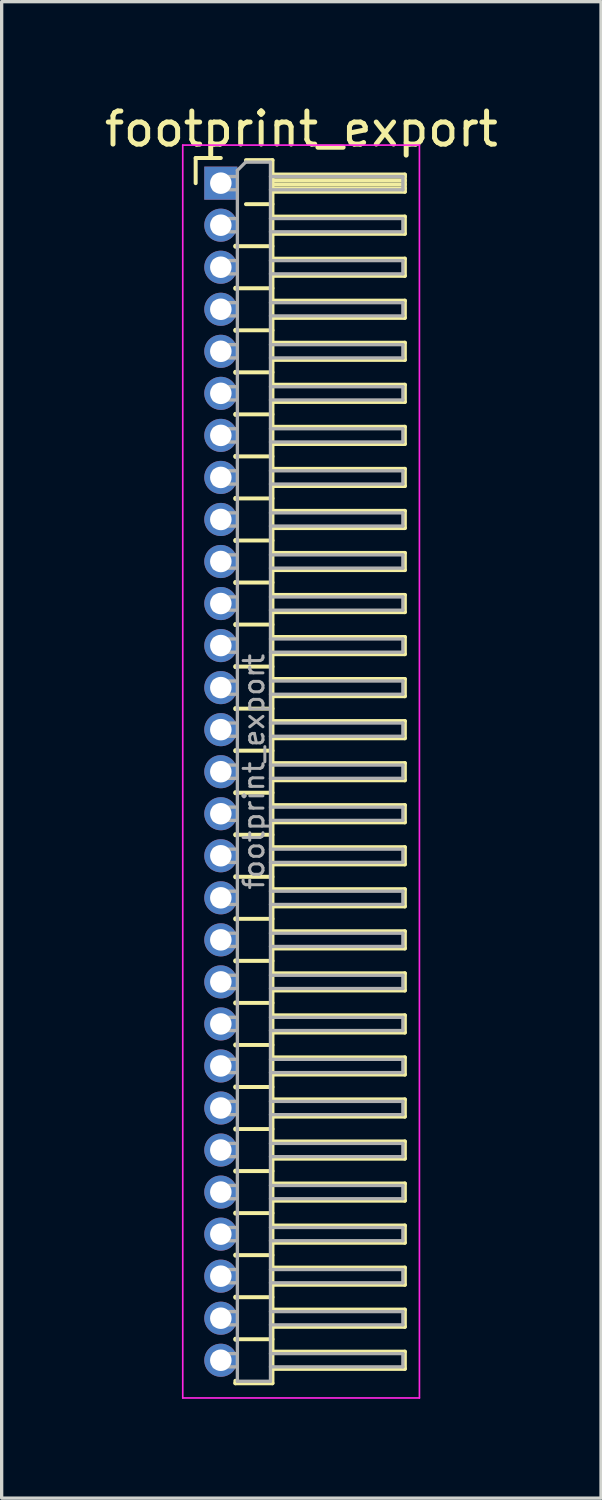
<source format=kicad_pcb>
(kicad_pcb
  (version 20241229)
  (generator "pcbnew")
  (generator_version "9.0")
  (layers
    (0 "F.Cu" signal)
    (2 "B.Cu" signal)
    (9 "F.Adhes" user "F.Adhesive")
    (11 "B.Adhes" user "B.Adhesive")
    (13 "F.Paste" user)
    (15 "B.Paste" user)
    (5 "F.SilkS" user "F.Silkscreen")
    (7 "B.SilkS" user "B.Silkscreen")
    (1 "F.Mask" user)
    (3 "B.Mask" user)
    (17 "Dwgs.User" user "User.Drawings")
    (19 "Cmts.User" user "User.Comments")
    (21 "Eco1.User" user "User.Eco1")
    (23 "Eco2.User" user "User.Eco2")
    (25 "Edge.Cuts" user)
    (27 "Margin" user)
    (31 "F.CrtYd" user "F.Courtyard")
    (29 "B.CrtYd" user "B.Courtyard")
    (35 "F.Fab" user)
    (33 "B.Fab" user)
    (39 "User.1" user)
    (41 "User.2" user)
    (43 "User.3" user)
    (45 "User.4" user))
  (footprint "footprint_export"
    (layer "F.Cu")
    (at 3.621 2.483)
    (property "Reference" "footprint_export" (at 2.433 -1.635 0) (layer "F.SilkS") (effects (font (size 1 1) (thickness 0.15))))
    (attr through_hole)
    (fp_line (start -0.76 -0.76) (end 0 -0.76) (stroke (width 0.12) (type solid)) (layer "F.SilkS"))
    (fp_line (start -0.76 0) (end -0.76 -0.76) (stroke (width 0.12) (type solid)) (layer "F.SilkS"))
    (fp_line (start 0.44 1.89) (end 0.44 1.92) (stroke (width 0.12) (type solid)) (layer "F.SilkS"))
    (fp_line (start 0.44 1.905) (end 1.56 1.905) (stroke (width 0.12) (type solid)) (layer "F.SilkS"))
    (fp_line (start 0.44 3.16) (end 0.44 3.19) (stroke (width 0.12) (type solid)) (layer "F.SilkS"))
    (fp_line (start 0.44 3.175) (end 1.56 3.175) (stroke (width 0.12) (type solid)) (layer "F.SilkS"))
    (fp_line (start 0.44 4.43) (end 0.44 4.46) (stroke (width 0.12) (type solid)) (layer "F.SilkS"))
    (fp_line (start 0.44 4.445) (end 1.56 4.445) (stroke (width 0.12) (type solid)) (layer "F.SilkS"))
    (fp_line (start 0.44 5.7) (end 0.44 5.73) (stroke (width 0.12) (type solid)) (layer "F.SilkS"))
    (fp_line (start 0.44 5.715) (end 1.56 5.715) (stroke (width 0.12) (type solid)) (layer "F.SilkS"))
    (fp_line (start 0.44 6.97) (end 0.44 7) (stroke (width 0.12) (type solid)) (layer "F.SilkS"))
    (fp_line (start 0.44 6.985) (end 1.56 6.985) (stroke (width 0.12) (type solid)) (layer "F.SilkS"))
    (fp_line (start 0.44 8.24) (end 0.44 8.27) (stroke (width 0.12) (type solid)) (layer "F.SilkS"))
    (fp_line (start 0.44 8.255) (end 1.56 8.255) (stroke (width 0.12) (type solid)) (layer "F.SilkS"))
    (fp_line (start 0.44 9.51) (end 0.44 9.54) (stroke (width 0.12) (type solid)) (layer "F.SilkS"))
    (fp_line (start 0.44 9.525) (end 1.56 9.525) (stroke (width 0.12) (type solid)) (layer "F.SilkS"))
    (fp_line (start 0.44 10.78) (end 0.44 10.81) (stroke (width 0.12) (type solid)) (layer "F.SilkS"))
    (fp_line (start 0.44 10.795) (end 1.56 10.795) (stroke (width 0.12) (type solid)) (layer "F.SilkS"))
    (fp_line (start 0.44 12.05) (end 0.44 12.08) (stroke (width 0.12) (type solid)) (layer "F.SilkS"))
    (fp_line (start 0.44 12.065) (end 1.56 12.065) (stroke (width 0.12) (type solid)) (layer "F.SilkS"))
    (fp_line (start 0.44 13.32) (end 0.44 13.35) (stroke (width 0.12) (type solid)) (layer "F.SilkS"))
    (fp_line (start 0.44 13.335) (end 1.56 13.335) (stroke (width 0.12) (type solid)) (layer "F.SilkS"))
    (fp_line (start 0.44 14.59) (end 0.44 14.62) (stroke (width 0.12) (type solid)) (layer "F.SilkS"))
    (fp_line (start 0.44 14.605) (end 1.56 14.605) (stroke (width 0.12) (type solid)) (layer "F.SilkS"))
    (fp_line (start 0.44 15.86) (end 0.44 15.89) (stroke (width 0.12) (type solid)) (layer "F.SilkS"))
    (fp_line (start 0.44 15.875) (end 1.56 15.875) (stroke (width 0.12) (type solid)) (layer "F.SilkS"))
    (fp_line (start 0.44 17.13) (end 0.44 17.16) (stroke (width 0.12) (type solid)) (layer "F.SilkS"))
    (fp_line (start 0.44 17.145) (end 1.56 17.145) (stroke (width 0.12) (type solid)) (layer "F.SilkS"))
    (fp_line (start 0.44 18.4) (end 0.44 18.43) (stroke (width 0.12) (type solid)) (layer "F.SilkS"))
    (fp_line (start 0.44 18.415) (end 1.56 18.415) (stroke (width 0.12) (type solid)) (layer "F.SilkS"))
    (fp_line (start 0.44 19.67) (end 0.44 19.7) (stroke (width 0.12) (type solid)) (layer "F.SilkS"))
    (fp_line (start 0.44 19.685) (end 1.56 19.685) (stroke (width 0.12) (type solid)) (layer "F.SilkS"))
    (fp_line (start 0.44 20.94) (end 0.44 20.97) (stroke (width 0.12) (type solid)) (layer "F.SilkS"))
    (fp_line (start 0.44 20.955) (end 1.56 20.955) (stroke (width 0.12) (type solid)) (layer "F.SilkS"))
    (fp_line (start 0.44 22.21) (end 0.44 22.24) (stroke (width 0.12) (type solid)) (layer "F.SilkS"))
    (fp_line (start 0.44 22.225) (end 1.56 22.225) (stroke (width 0.12) (type solid)) (layer "F.SilkS"))
    (fp_line (start 0.44 23.48) (end 0.44 23.51) (stroke (width 0.12) (type solid)) (layer "F.SilkS"))
    (fp_line (start 0.44 23.495) (end 1.56 23.495) (stroke (width 0.12) (type solid)) (layer "F.SilkS"))
    (fp_line (start 0.44 24.75) (end 0.44 24.78) (stroke (width 0.12) (type solid)) (layer "F.SilkS"))
    (fp_line (start 0.44 24.765) (end 1.56 24.765) (stroke (width 0.12) (type solid)) (layer "F.SilkS"))
    (fp_line (start 0.44 26.02) (end 0.44 26.05) (stroke (width 0.12) (type solid)) (layer "F.SilkS"))
    (fp_line (start 0.44 26.035) (end 1.56 26.035) (stroke (width 0.12) (type solid)) (layer "F.SilkS"))
    (fp_line (start 0.44 27.29) (end 0.44 27.32) (stroke (width 0.12) (type solid)) (layer "F.SilkS"))
    (fp_line (start 0.44 27.305) (end 1.56 27.305) (stroke (width 0.12) (type solid)) (layer "F.SilkS"))
    (fp_line (start 0.44 28.56) (end 0.44 28.59) (stroke (width 0.12) (type solid)) (layer "F.SilkS"))
    (fp_line (start 0.44 28.575) (end 1.56 28.575) (stroke (width 0.12) (type solid)) (layer "F.SilkS"))
    (fp_line (start 0.44 29.83) (end 0.44 29.86) (stroke (width 0.12) (type solid)) (layer "F.SilkS"))
    (fp_line (start 0.44 29.845) (end 1.56 29.845) (stroke (width 0.12) (type solid)) (layer "F.SilkS"))
    (fp_line (start 0.44 31.1) (end 0.44 31.13) (stroke (width 0.12) (type solid)) (layer "F.SilkS"))
    (fp_line (start 0.44 31.115) (end 1.56 31.115) (stroke (width 0.12) (type solid)) (layer "F.SilkS"))
    (fp_line (start 0.44 32.37) (end 0.44 32.4) (stroke (width 0.12) (type solid)) (layer "F.SilkS"))
    (fp_line (start 0.44 32.385) (end 1.56 32.385) (stroke (width 0.12) (type solid)) (layer "F.SilkS"))
    (fp_line (start 0.44 33.64) (end 0.44 33.67) (stroke (width 0.12) (type solid)) (layer "F.SilkS"))
    (fp_line (start 0.44 33.655) (end 1.56 33.655) (stroke (width 0.12) (type solid)) (layer "F.SilkS"))
    (fp_line (start 0.44 34.91) (end 0.44 34.94) (stroke (width 0.12) (type solid)) (layer "F.SilkS"))
    (fp_line (start 0.44 34.925) (end 1.56 34.925) (stroke (width 0.12) (type solid)) (layer "F.SilkS"))
    (fp_line (start 0.44 36.255) (end 0.44 36.18) (stroke (width 0.12) (type solid)) (layer "F.SilkS"))
    (fp_line (start 0.76 -0.695) (end 1.56 -0.695) (stroke (width 0.12) (type solid)) (layer "F.SilkS"))
    (fp_line (start 0.76 0.635) (end 1.56 0.635) (stroke (width 0.12) (type solid)) (layer "F.SilkS"))
    (fp_line (start 1.56 -0.695) (end 1.56 36.255) (stroke (width 0.12) (type solid)) (layer "F.SilkS"))
    (fp_line (start 1.56 -0.26) (end 5.56 -0.26) (stroke (width 0.12) (type solid)) (layer "F.SilkS"))
    (fp_line (start 1.56 -0.2) (end 5.56 -0.2) (stroke (width 0.12) (type solid)) (layer "F.SilkS"))
    (fp_line (start 1.56 -0.08) (end 5.56 -0.08) (stroke (width 0.12) (type solid)) (layer "F.SilkS"))
    (fp_line (start 1.56 0.04) (end 5.56 0.04) (stroke (width 0.12) (type solid)) (layer "F.SilkS"))
    (fp_line (start 1.56 0.16) (end 5.56 0.16) (stroke (width 0.12) (type solid)) (layer "F.SilkS"))
    (fp_line (start 1.56 1.01) (end 5.56 1.01) (stroke (width 0.12) (type solid)) (layer "F.SilkS"))
    (fp_line (start 1.56 2.28) (end 5.56 2.28) (stroke (width 0.12) (type solid)) (layer "F.SilkS"))
    (fp_line (start 1.56 3.55) (end 5.56 3.55) (stroke (width 0.12) (type solid)) (layer "F.SilkS"))
    (fp_line (start 1.56 4.82) (end 5.56 4.82) (stroke (width 0.12) (type solid)) (layer "F.SilkS"))
    (fp_line (start 1.56 6.09) (end 5.56 6.09) (stroke (width 0.12) (type solid)) (layer "F.SilkS"))
    (fp_line (start 1.56 7.36) (end 5.56 7.36) (stroke (width 0.12) (type solid)) (layer "F.SilkS"))
    (fp_line (start 1.56 8.63) (end 5.56 8.63) (stroke (width 0.12) (type solid)) (layer "F.SilkS"))
    (fp_line (start 1.56 9.9) (end 5.56 9.9) (stroke (width 0.12) (type solid)) (layer "F.SilkS"))
    (fp_line (start 1.56 11.17) (end 5.56 11.17) (stroke (width 0.12) (type solid)) (layer "F.SilkS"))
    (fp_line (start 1.56 12.44) (end 5.56 12.44) (stroke (width 0.12) (type solid)) (layer "F.SilkS"))
    (fp_line (start 1.56 13.71) (end 5.56 13.71) (stroke (width 0.12) (type solid)) (layer "F.SilkS"))
    (fp_line (start 1.56 14.98) (end 5.56 14.98) (stroke (width 0.12) (type solid)) (layer "F.SilkS"))
    (fp_line (start 1.56 16.25) (end 5.56 16.25) (stroke (width 0.12) (type solid)) (layer "F.SilkS"))
    (fp_line (start 1.56 17.52) (end 5.56 17.52) (stroke (width 0.12) (type solid)) (layer "F.SilkS"))
    (fp_line (start 1.56 18.79) (end 5.56 18.79) (stroke (width 0.12) (type solid)) (layer "F.SilkS"))
    (fp_line (start 1.56 20.06) (end 5.56 20.06) (stroke (width 0.12) (type solid)) (layer "F.SilkS"))
    (fp_line (start 1.56 21.33) (end 5.56 21.33) (stroke (width 0.12) (type solid)) (layer "F.SilkS"))
    (fp_line (start 1.56 22.6) (end 5.56 22.6) (stroke (width 0.12) (type solid)) (layer "F.SilkS"))
    (fp_line (start 1.56 23.87) (end 5.56 23.87) (stroke (width 0.12) (type solid)) (layer "F.SilkS"))
    (fp_line (start 1.56 25.14) (end 5.56 25.14) (stroke (width 0.12) (type solid)) (layer "F.SilkS"))
    (fp_line (start 1.56 26.41) (end 5.56 26.41) (stroke (width 0.12) (type solid)) (layer "F.SilkS"))
    (fp_line (start 1.56 27.68) (end 5.56 27.68) (stroke (width 0.12) (type solid)) (layer "F.SilkS"))
    (fp_line (start 1.56 28.95) (end 5.56 28.95) (stroke (width 0.12) (type solid)) (layer "F.SilkS"))
    (fp_line (start 1.56 30.22) (end 5.56 30.22) (stroke (width 0.12) (type solid)) (layer "F.SilkS"))
    (fp_line (start 1.56 31.49) (end 5.56 31.49) (stroke (width 0.12) (type solid)) (layer "F.SilkS"))
    (fp_line (start 1.56 32.76) (end 5.56 32.76) (stroke (width 0.12) (type solid)) (layer "F.SilkS"))
    (fp_line (start 1.56 34.03) (end 5.56 34.03) (stroke (width 0.12) (type solid)) (layer "F.SilkS"))
    (fp_line (start 1.56 35.3) (end 5.56 35.3) (stroke (width 0.12) (type solid)) (layer "F.SilkS"))
    (fp_line (start 1.56 36.255) (end 0.44 36.255) (stroke (width 0.12) (type solid)) (layer "F.SilkS"))
    (fp_line (start 5.56 -0.26) (end 5.56 0.26) (stroke (width 0.12) (type solid)) (layer "F.SilkS"))
    (fp_line (start 5.56 0.26) (end 1.56 0.26) (stroke (width 0.12) (type solid)) (layer "F.SilkS"))
    (fp_line (start 5.56 1.01) (end 5.56 1.53) (stroke (width 0.12) (type solid)) (layer "F.SilkS"))
    (fp_line (start 5.56 1.53) (end 1.56 1.53) (stroke (width 0.12) (type solid)) (layer "F.SilkS"))
    (fp_line (start 5.56 2.28) (end 5.56 2.8) (stroke (width 0.12) (type solid)) (layer "F.SilkS"))
    (fp_line (start 5.56 2.8) (end 1.56 2.8) (stroke (width 0.12) (type solid)) (layer "F.SilkS"))
    (fp_line (start 5.56 3.55) (end 5.56 4.07) (stroke (width 0.12) (type solid)) (layer "F.SilkS"))
    (fp_line (start 5.56 4.07) (end 1.56 4.07) (stroke (width 0.12) (type solid)) (layer "F.SilkS"))
    (fp_line (start 5.56 4.82) (end 5.56 5.34) (stroke (width 0.12) (type solid)) (layer "F.SilkS"))
    (fp_line (start 5.56 5.34) (end 1.56 5.34) (stroke (width 0.12) (type solid)) (layer "F.SilkS"))
    (fp_line (start 5.56 6.09) (end 5.56 6.61) (stroke (width 0.12) (type solid)) (layer "F.SilkS"))
    (fp_line (start 5.56 6.61) (end 1.56 6.61) (stroke (width 0.12) (type solid)) (layer "F.SilkS"))
    (fp_line (start 5.56 7.36) (end 5.56 7.88) (stroke (width 0.12) (type solid)) (layer "F.SilkS"))
    (fp_line (start 5.56 7.88) (end 1.56 7.88) (stroke (width 0.12) (type solid)) (layer "F.SilkS"))
    (fp_line (start 5.56 8.63) (end 5.56 9.15) (stroke (width 0.12) (type solid)) (layer "F.SilkS"))
    (fp_line (start 5.56 9.15) (end 1.56 9.15) (stroke (width 0.12) (type solid)) (layer "F.SilkS"))
    (fp_line (start 5.56 9.9) (end 5.56 10.42) (stroke (width 0.12) (type solid)) (layer "F.SilkS"))
    (fp_line (start 5.56 10.42) (end 1.56 10.42) (stroke (width 0.12) (type solid)) (layer "F.SilkS"))
    (fp_line (start 5.56 11.17) (end 5.56 11.69) (stroke (width 0.12) (type solid)) (layer "F.SilkS"))
    (fp_line (start 5.56 11.69) (end 1.56 11.69) (stroke (width 0.12) (type solid)) (layer "F.SilkS"))
    (fp_line (start 5.56 12.44) (end 5.56 12.96) (stroke (width 0.12) (type solid)) (layer "F.SilkS"))
    (fp_line (start 5.56 12.96) (end 1.56 12.96) (stroke (width 0.12) (type solid)) (layer "F.SilkS"))
    (fp_line (start 5.56 13.71) (end 5.56 14.23) (stroke (width 0.12) (type solid)) (layer "F.SilkS"))
    (fp_line (start 5.56 14.23) (end 1.56 14.23) (stroke (width 0.12) (type solid)) (layer "F.SilkS"))
    (fp_line (start 5.56 14.98) (end 5.56 15.5) (stroke (width 0.12) (type solid)) (layer "F.SilkS"))
    (fp_line (start 5.56 15.5) (end 1.56 15.5) (stroke (width 0.12) (type solid)) (layer "F.SilkS"))
    (fp_line (start 5.56 16.25) (end 5.56 16.77) (stroke (width 0.12) (type solid)) (layer "F.SilkS"))
    (fp_line (start 5.56 16.77) (end 1.56 16.77) (stroke (width 0.12) (type solid)) (layer "F.SilkS"))
    (fp_line (start 5.56 17.52) (end 5.56 18.04) (stroke (width 0.12) (type solid)) (layer "F.SilkS"))
    (fp_line (start 5.56 18.04) (end 1.56 18.04) (stroke (width 0.12) (type solid)) (layer "F.SilkS"))
    (fp_line (start 5.56 18.79) (end 5.56 19.31) (stroke (width 0.12) (type solid)) (layer "F.SilkS"))
    (fp_line (start 5.56 19.31) (end 1.56 19.31) (stroke (width 0.12) (type solid)) (layer "F.SilkS"))
    (fp_line (start 5.56 20.06) (end 5.56 20.58) (stroke (width 0.12) (type solid)) (layer "F.SilkS"))
    (fp_line (start 5.56 20.58) (end 1.56 20.58) (stroke (width 0.12) (type solid)) (layer "F.SilkS"))
    (fp_line (start 5.56 21.33) (end 5.56 21.85) (stroke (width 0.12) (type solid)) (layer "F.SilkS"))
    (fp_line (start 5.56 21.85) (end 1.56 21.85) (stroke (width 0.12) (type solid)) (layer "F.SilkS"))
    (fp_line (start 5.56 22.6) (end 5.56 23.12) (stroke (width 0.12) (type solid)) (layer "F.SilkS"))
    (fp_line (start 5.56 23.12) (end 1.56 23.12) (stroke (width 0.12) (type solid)) (layer "F.SilkS"))
    (fp_line (start 5.56 23.87) (end 5.56 24.39) (stroke (width 0.12) (type solid)) (layer "F.SilkS"))
    (fp_line (start 5.56 24.39) (end 1.56 24.39) (stroke (width 0.12) (type solid)) (layer "F.SilkS"))
    (fp_line (start 5.56 25.14) (end 5.56 25.66) (stroke (width 0.12) (type solid)) (layer "F.SilkS"))
    (fp_line (start 5.56 25.66) (end 1.56 25.66) (stroke (width 0.12) (type solid)) (layer "F.SilkS"))
    (fp_line (start 5.56 26.41) (end 5.56 26.93) (stroke (width 0.12) (type solid)) (layer "F.SilkS"))
    (fp_line (start 5.56 26.93) (end 1.56 26.93) (stroke (width 0.12) (type solid)) (layer "F.SilkS"))
    (fp_line (start 5.56 27.68) (end 5.56 28.2) (stroke (width 0.12) (type solid)) (layer "F.SilkS"))
    (fp_line (start 5.56 28.2) (end 1.56 28.2) (stroke (width 0.12) (type solid)) (layer "F.SilkS"))
    (fp_line (start 5.56 28.95) (end 5.56 29.47) (stroke (width 0.12) (type solid)) (layer "F.SilkS"))
    (fp_line (start 5.56 29.47) (end 1.56 29.47) (stroke (width 0.12) (type solid)) (layer "F.SilkS"))
    (fp_line (start 5.56 30.22) (end 5.56 30.74) (stroke (width 0.12) (type solid)) (layer "F.SilkS"))
    (fp_line (start 5.56 30.74) (end 1.56 30.74) (stroke (width 0.12) (type solid)) (layer "F.SilkS"))
    (fp_line (start 5.56 31.49) (end 5.56 32.01) (stroke (width 0.12) (type solid)) (layer "F.SilkS"))
    (fp_line (start 5.56 32.01) (end 1.56 32.01) (stroke (width 0.12) (type solid)) (layer "F.SilkS"))
    (fp_line (start 5.56 32.76) (end 5.56 33.28) (stroke (width 0.12) (type solid)) (layer "F.SilkS"))
    (fp_line (start 5.56 33.28) (end 1.56 33.28) (stroke (width 0.12) (type solid)) (layer "F.SilkS"))
    (fp_line (start 5.56 34.03) (end 5.56 34.55) (stroke (width 0.12) (type solid)) (layer "F.SilkS"))
    (fp_line (start 5.56 34.55) (end 1.56 34.55) (stroke (width 0.12) (type solid)) (layer "F.SilkS"))
    (fp_line (start 5.56 35.3) (end 5.56 35.82) (stroke (width 0.12) (type solid)) (layer "F.SilkS"))
    (fp_line (start 5.56 35.82) (end 1.56 35.82) (stroke (width 0.12) (type solid)) (layer "F.SilkS"))
    (fp_line (start -1.15 -1.15) (end -1.15 36.7) (stroke (width 0.05) (type solid)) (layer "F.CrtYd"))
    (fp_line (start -1.15 36.7) (end 6 36.7) (stroke (width 0.05) (type solid)) (layer "F.CrtYd"))
    (fp_line (start 6 -1.15) (end -1.15 -1.15) (stroke (width 0.05) (type solid)) (layer "F.CrtYd"))
    (fp_line (start 6 36.7) (end 6 -1.15) (stroke (width 0.05) (type solid)) (layer "F.CrtYd"))
    (fp_line (start -0.2 -0.2) (end -0.2 0.2) (stroke (width 0.1) (type solid)) (layer "F.Fab"))
    (fp_line (start -0.2 -0.2) (end 0.5 -0.2) (stroke (width 0.1) (type solid)) (layer "F.Fab"))
    (fp_line (start -0.2 0.2) (end 0.5 0.2) (stroke (width 0.1) (type solid)) (layer "F.Fab"))
    (fp_line (start -0.2 1.07) (end -0.2 1.47) (stroke (width 0.1) (type solid)) (layer "F.Fab"))
    (fp_line (start -0.2 1.07) (end 0.5 1.07) (stroke (width 0.1) (type solid)) (layer "F.Fab"))
    (fp_line (start -0.2 1.47) (end 0.5 1.47) (stroke (width 0.1) (type solid)) (layer "F.Fab"))
    (fp_line (start -0.2 2.34) (end -0.2 2.74) (stroke (width 0.1) (type solid)) (layer "F.Fab"))
    (fp_line (start -0.2 2.34) (end 0.5 2.34) (stroke (width 0.1) (type solid)) (layer "F.Fab"))
    (fp_line (start -0.2 2.74) (end 0.5 2.74) (stroke (width 0.1) (type solid)) (layer "F.Fab"))
    (fp_line (start -0.2 3.61) (end -0.2 4.01) (stroke (width 0.1) (type solid)) (layer "F.Fab"))
    (fp_line (start -0.2 3.61) (end 0.5 3.61) (stroke (width 0.1) (type solid)) (layer "F.Fab"))
    (fp_line (start -0.2 4.01) (end 0.5 4.01) (stroke (width 0.1) (type solid)) (layer "F.Fab"))
    (fp_line (start -0.2 4.88) (end -0.2 5.28) (stroke (width 0.1) (type solid)) (layer "F.Fab"))
    (fp_line (start -0.2 4.88) (end 0.5 4.88) (stroke (width 0.1) (type solid)) (layer "F.Fab"))
    (fp_line (start -0.2 5.28) (end 0.5 5.28) (stroke (width 0.1) (type solid)) (layer "F.Fab"))
    (fp_line (start -0.2 6.15) (end -0.2 6.55) (stroke (width 0.1) (type solid)) (layer "F.Fab"))
    (fp_line (start -0.2 6.15) (end 0.5 6.15) (stroke (width 0.1) (type solid)) (layer "F.Fab"))
    (fp_line (start -0.2 6.55) (end 0.5 6.55) (stroke (width 0.1) (type solid)) (layer "F.Fab"))
    (fp_line (start -0.2 7.42) (end -0.2 7.82) (stroke (width 0.1) (type solid)) (layer "F.Fab"))
    (fp_line (start -0.2 7.42) (end 0.5 7.42) (stroke (width 0.1) (type solid)) (layer "F.Fab"))
    (fp_line (start -0.2 7.82) (end 0.5 7.82) (stroke (width 0.1) (type solid)) (layer "F.Fab"))
    (fp_line (start -0.2 8.69) (end -0.2 9.09) (stroke (width 0.1) (type solid)) (layer "F.Fab"))
    (fp_line (start -0.2 8.69) (end 0.5 8.69) (stroke (width 0.1) (type solid)) (layer "F.Fab"))
    (fp_line (start -0.2 9.09) (end 0.5 9.09) (stroke (width 0.1) (type solid)) (layer "F.Fab"))
    (fp_line (start -0.2 9.96) (end -0.2 10.36) (stroke (width 0.1) (type solid)) (layer "F.Fab"))
    (fp_line (start -0.2 9.96) (end 0.5 9.96) (stroke (width 0.1) (type solid)) (layer "F.Fab"))
    (fp_line (start -0.2 10.36) (end 0.5 10.36) (stroke (width 0.1) (type solid)) (layer "F.Fab"))
    (fp_line (start -0.2 11.23) (end -0.2 11.63) (stroke (width 0.1) (type solid)) (layer "F.Fab"))
    (fp_line (start -0.2 11.23) (end 0.5 11.23) (stroke (width 0.1) (type solid)) (layer "F.Fab"))
    (fp_line (start -0.2 11.63) (end 0.5 11.63) (stroke (width 0.1) (type solid)) (layer "F.Fab"))
    (fp_line (start -0.2 12.5) (end -0.2 12.9) (stroke (width 0.1) (type solid)) (layer "F.Fab"))
    (fp_line (start -0.2 12.5) (end 0.5 12.5) (stroke (width 0.1) (type solid)) (layer "F.Fab"))
    (fp_line (start -0.2 12.9) (end 0.5 12.9) (stroke (width 0.1) (type solid)) (layer "F.Fab"))
    (fp_line (start -0.2 13.77) (end -0.2 14.17) (stroke (width 0.1) (type solid)) (layer "F.Fab"))
    (fp_line (start -0.2 13.77) (end 0.5 13.77) (stroke (width 0.1) (type solid)) (layer "F.Fab"))
    (fp_line (start -0.2 14.17) (end 0.5 14.17) (stroke (width 0.1) (type solid)) (layer "F.Fab"))
    (fp_line (start -0.2 15.04) (end -0.2 15.44) (stroke (width 0.1) (type solid)) (layer "F.Fab"))
    (fp_line (start -0.2 15.04) (end 0.5 15.04) (stroke (width 0.1) (type solid)) (layer "F.Fab"))
    (fp_line (start -0.2 15.44) (end 0.5 15.44) (stroke (width 0.1) (type solid)) (layer "F.Fab"))
    (fp_line (start -0.2 16.31) (end -0.2 16.71) (stroke (width 0.1) (type solid)) (layer "F.Fab"))
    (fp_line (start -0.2 16.31) (end 0.5 16.31) (stroke (width 0.1) (type solid)) (layer "F.Fab"))
    (fp_line (start -0.2 16.71) (end 0.5 16.71) (stroke (width 0.1) (type solid)) (layer "F.Fab"))
    (fp_line (start -0.2 17.58) (end -0.2 17.98) (stroke (width 0.1) (type solid)) (layer "F.Fab"))
    (fp_line (start -0.2 17.58) (end 0.5 17.58) (stroke (width 0.1) (type solid)) (layer "F.Fab"))
    (fp_line (start -0.2 17.98) (end 0.5 17.98) (stroke (width 0.1) (type solid)) (layer "F.Fab"))
    (fp_line (start -0.2 18.85) (end -0.2 19.25) (stroke (width 0.1) (type solid)) (layer "F.Fab"))
    (fp_line (start -0.2 18.85) (end 0.5 18.85) (stroke (width 0.1) (type solid)) (layer "F.Fab"))
    (fp_line (start -0.2 19.25) (end 0.5 19.25) (stroke (width 0.1) (type solid)) (layer "F.Fab"))
    (fp_line (start -0.2 20.12) (end -0.2 20.52) (stroke (width 0.1) (type solid)) (layer "F.Fab"))
    (fp_line (start -0.2 20.12) (end 0.5 20.12) (stroke (width 0.1) (type solid)) (layer "F.Fab"))
    (fp_line (start -0.2 20.52) (end 0.5 20.52) (stroke (width 0.1) (type solid)) (layer "F.Fab"))
    (fp_line (start -0.2 21.39) (end -0.2 21.79) (stroke (width 0.1) (type solid)) (layer "F.Fab"))
    (fp_line (start -0.2 21.39) (end 0.5 21.39) (stroke (width 0.1) (type solid)) (layer "F.Fab"))
    (fp_line (start -0.2 21.79) (end 0.5 21.79) (stroke (width 0.1) (type solid)) (layer "F.Fab"))
    (fp_line (start -0.2 22.66) (end -0.2 23.06) (stroke (width 0.1) (type solid)) (layer "F.Fab"))
    (fp_line (start -0.2 22.66) (end 0.5 22.66) (stroke (width 0.1) (type solid)) (layer "F.Fab"))
    (fp_line (start -0.2 23.06) (end 0.5 23.06) (stroke (width 0.1) (type solid)) (layer "F.Fab"))
    (fp_line (start -0.2 23.93) (end -0.2 24.33) (stroke (width 0.1) (type solid)) (layer "F.Fab"))
    (fp_line (start -0.2 23.93) (end 0.5 23.93) (stroke (width 0.1) (type solid)) (layer "F.Fab"))
    (fp_line (start -0.2 24.33) (end 0.5 24.33) (stroke (width 0.1) (type solid)) (layer "F.Fab"))
    (fp_line (start -0.2 25.2) (end -0.2 25.6) (stroke (width 0.1) (type solid)) (layer "F.Fab"))
    (fp_line (start -0.2 25.2) (end 0.5 25.2) (stroke (width 0.1) (type solid)) (layer "F.Fab"))
    (fp_line (start -0.2 25.6) (end 0.5 25.6) (stroke (width 0.1) (type solid)) (layer "F.Fab"))
    (fp_line (start -0.2 26.47) (end -0.2 26.87) (stroke (width 0.1) (type solid)) (layer "F.Fab"))
    (fp_line (start -0.2 26.47) (end 0.5 26.47) (stroke (width 0.1) (type solid)) (layer "F.Fab"))
    (fp_line (start -0.2 26.87) (end 0.5 26.87) (stroke (width 0.1) (type solid)) (layer "F.Fab"))
    (fp_line (start -0.2 27.74) (end -0.2 28.14) (stroke (width 0.1) (type solid)) (layer "F.Fab"))
    (fp_line (start -0.2 27.74) (end 0.5 27.74) (stroke (width 0.1) (type solid)) (layer "F.Fab"))
    (fp_line (start -0.2 28.14) (end 0.5 28.14) (stroke (width 0.1) (type solid)) (layer "F.Fab"))
    (fp_line (start -0.2 29.01) (end -0.2 29.41) (stroke (width 0.1) (type solid)) (layer "F.Fab"))
    (fp_line (start -0.2 29.01) (end 0.5 29.01) (stroke (width 0.1) (type solid)) (layer "F.Fab"))
    (fp_line (start -0.2 29.41) (end 0.5 29.41) (stroke (width 0.1) (type solid)) (layer "F.Fab"))
    (fp_line (start -0.2 30.28) (end -0.2 30.68) (stroke (width 0.1) (type solid)) (layer "F.Fab"))
    (fp_line (start -0.2 30.28) (end 0.5 30.28) (stroke (width 0.1) (type solid)) (layer "F.Fab"))
    (fp_line (start -0.2 30.68) (end 0.5 30.68) (stroke (width 0.1) (type solid)) (layer "F.Fab"))
    (fp_line (start -0.2 31.55) (end -0.2 31.95) (stroke (width 0.1) (type solid)) (layer "F.Fab"))
    (fp_line (start -0.2 31.55) (end 0.5 31.55) (stroke (width 0.1) (type solid)) (layer "F.Fab"))
    (fp_line (start -0.2 31.95) (end 0.5 31.95) (stroke (width 0.1) (type solid)) (layer "F.Fab"))
    (fp_line (start -0.2 32.82) (end -0.2 33.22) (stroke (width 0.1) (type solid)) (layer "F.Fab"))
    (fp_line (start -0.2 32.82) (end 0.5 32.82) (stroke (width 0.1) (type solid)) (layer "F.Fab"))
    (fp_line (start -0.2 33.22) (end 0.5 33.22) (stroke (width 0.1) (type solid)) (layer "F.Fab"))
    (fp_line (start -0.2 34.09) (end -0.2 34.49) (stroke (width 0.1) (type solid)) (layer "F.Fab"))
    (fp_line (start -0.2 34.09) (end 0.5 34.09) (stroke (width 0.1) (type solid)) (layer "F.Fab"))
    (fp_line (start -0.2 34.49) (end 0.5 34.49) (stroke (width 0.1) (type solid)) (layer "F.Fab"))
    (fp_line (start -0.2 35.36) (end -0.2 35.76) (stroke (width 0.1) (type solid)) (layer "F.Fab"))
    (fp_line (start -0.2 35.36) (end 0.5 35.36) (stroke (width 0.1) (type solid)) (layer "F.Fab"))
    (fp_line (start -0.2 35.76) (end 0.5 35.76) (stroke (width 0.1) (type solid)) (layer "F.Fab"))
    (fp_line (start 0.5 -0.385) (end 0.75 -0.635) (stroke (width 0.1) (type solid)) (layer "F.Fab"))
    (fp_line (start 0.5 36.195) (end 0.5 -0.385) (stroke (width 0.1) (type solid)) (layer "F.Fab"))
    (fp_line (start 0.75 -0.635) (end 1.5 -0.635) (stroke (width 0.1) (type solid)) (layer "F.Fab"))
    (fp_line (start 1.5 -0.635) (end 1.5 36.195) (stroke (width 0.1) (type solid)) (layer "F.Fab"))
    (fp_line (start 1.5 -0.2) (end 5.5 -0.2) (stroke (width 0.1) (type solid)) (layer "F.Fab"))
    (fp_line (start 1.5 0.2) (end 5.5 0.2) (stroke (width 0.1) (type solid)) (layer "F.Fab"))
    (fp_line (start 1.5 1.07) (end 5.5 1.07) (stroke (width 0.1) (type solid)) (layer "F.Fab"))
    (fp_line (start 1.5 1.47) (end 5.5 1.47) (stroke (width 0.1) (type solid)) (layer "F.Fab"))
    (fp_line (start 1.5 2.34) (end 5.5 2.34) (stroke (width 0.1) (type solid)) (layer "F.Fab"))
    (fp_line (start 1.5 2.74) (end 5.5 2.74) (stroke (width 0.1) (type solid)) (layer "F.Fab"))
    (fp_line (start 1.5 3.61) (end 5.5 3.61) (stroke (width 0.1) (type solid)) (layer "F.Fab"))
    (fp_line (start 1.5 4.01) (end 5.5 4.01) (stroke (width 0.1) (type solid)) (layer "F.Fab"))
    (fp_line (start 1.5 4.88) (end 5.5 4.88) (stroke (width 0.1) (type solid)) (layer "F.Fab"))
    (fp_line (start 1.5 5.28) (end 5.5 5.28) (stroke (width 0.1) (type solid)) (layer "F.Fab"))
    (fp_line (start 1.5 6.15) (end 5.5 6.15) (stroke (width 0.1) (type solid)) (layer "F.Fab"))
    (fp_line (start 1.5 6.55) (end 5.5 6.55) (stroke (width 0.1) (type solid)) (layer "F.Fab"))
    (fp_line (start 1.5 7.42) (end 5.5 7.42) (stroke (width 0.1) (type solid)) (layer "F.Fab"))
    (fp_line (start 1.5 7.82) (end 5.5 7.82) (stroke (width 0.1) (type solid)) (layer "F.Fab"))
    (fp_line (start 1.5 8.69) (end 5.5 8.69) (stroke (width 0.1) (type solid)) (layer "F.Fab"))
    (fp_line (start 1.5 9.09) (end 5.5 9.09) (stroke (width 0.1) (type solid)) (layer "F.Fab"))
    (fp_line (start 1.5 9.96) (end 5.5 9.96) (stroke (width 0.1) (type solid)) (layer "F.Fab"))
    (fp_line (start 1.5 10.36) (end 5.5 10.36) (stroke (width 0.1) (type solid)) (layer "F.Fab"))
    (fp_line (start 1.5 11.23) (end 5.5 11.23) (stroke (width 0.1) (type solid)) (layer "F.Fab"))
    (fp_line (start 1.5 11.63) (end 5.5 11.63) (stroke (width 0.1) (type solid)) (layer "F.Fab"))
    (fp_line (start 1.5 12.5) (end 5.5 12.5) (stroke (width 0.1) (type solid)) (layer "F.Fab"))
    (fp_line (start 1.5 12.9) (end 5.5 12.9) (stroke (width 0.1) (type solid)) (layer "F.Fab"))
    (fp_line (start 1.5 13.77) (end 5.5 13.77) (stroke (width 0.1) (type solid)) (layer "F.Fab"))
    (fp_line (start 1.5 14.17) (end 5.5 14.17) (stroke (width 0.1) (type solid)) (layer "F.Fab"))
    (fp_line (start 1.5 15.04) (end 5.5 15.04) (stroke (width 0.1) (type solid)) (layer "F.Fab"))
    (fp_line (start 1.5 15.44) (end 5.5 15.44) (stroke (width 0.1) (type solid)) (layer "F.Fab"))
    (fp_line (start 1.5 16.31) (end 5.5 16.31) (stroke (width 0.1) (type solid)) (layer "F.Fab"))
    (fp_line (start 1.5 16.71) (end 5.5 16.71) (stroke (width 0.1) (type solid)) (layer "F.Fab"))
    (fp_line (start 1.5 17.58) (end 5.5 17.58) (stroke (width 0.1) (type solid)) (layer "F.Fab"))
    (fp_line (start 1.5 17.98) (end 5.5 17.98) (stroke (width 0.1) (type solid)) (layer "F.Fab"))
    (fp_line (start 1.5 18.85) (end 5.5 18.85) (stroke (width 0.1) (type solid)) (layer "F.Fab"))
    (fp_line (start 1.5 19.25) (end 5.5 19.25) (stroke (width 0.1) (type solid)) (layer "F.Fab"))
    (fp_line (start 1.5 20.12) (end 5.5 20.12) (stroke (width 0.1) (type solid)) (layer "F.Fab"))
    (fp_line (start 1.5 20.52) (end 5.5 20.52) (stroke (width 0.1) (type solid)) (layer "F.Fab"))
    (fp_line (start 1.5 21.39) (end 5.5 21.39) (stroke (width 0.1) (type solid)) (layer "F.Fab"))
    (fp_line (start 1.5 21.79) (end 5.5 21.79) (stroke (width 0.1) (type solid)) (layer "F.Fab"))
    (fp_line (start 1.5 22.66) (end 5.5 22.66) (stroke (width 0.1) (type solid)) (layer "F.Fab"))
    (fp_line (start 1.5 23.06) (end 5.5 23.06) (stroke (width 0.1) (type solid)) (layer "F.Fab"))
    (fp_line (start 1.5 23.93) (end 5.5 23.93) (stroke (width 0.1) (type solid)) (layer "F.Fab"))
    (fp_line (start 1.5 24.33) (end 5.5 24.33) (stroke (width 0.1) (type solid)) (layer "F.Fab"))
    (fp_line (start 1.5 25.2) (end 5.5 25.2) (stroke (width 0.1) (type solid)) (layer "F.Fab"))
    (fp_line (start 1.5 25.6) (end 5.5 25.6) (stroke (width 0.1) (type solid)) (layer "F.Fab"))
    (fp_line (start 1.5 26.47) (end 5.5 26.47) (stroke (width 0.1) (type solid)) (layer "F.Fab"))
    (fp_line (start 1.5 26.87) (end 5.5 26.87) (stroke (width 0.1) (type solid)) (layer "F.Fab"))
    (fp_line (start 1.5 27.74) (end 5.5 27.74) (stroke (width 0.1) (type solid)) (layer "F.Fab"))
    (fp_line (start 1.5 28.14) (end 5.5 28.14) (stroke (width 0.1) (type solid)) (layer "F.Fab"))
    (fp_line (start 1.5 29.01) (end 5.5 29.01) (stroke (width 0.1) (type solid)) (layer "F.Fab"))
    (fp_line (start 1.5 29.41) (end 5.5 29.41) (stroke (width 0.1) (type solid)) (layer "F.Fab"))
    (fp_line (start 1.5 30.28) (end 5.5 30.28) (stroke (width 0.1) (type solid)) (layer "F.Fab"))
    (fp_line (start 1.5 30.68) (end 5.5 30.68) (stroke (width 0.1) (type solid)) (layer "F.Fab"))
    (fp_line (start 1.5 31.55) (end 5.5 31.55) (stroke (width 0.1) (type solid)) (layer "F.Fab"))
    (fp_line (start 1.5 31.95) (end 5.5 31.95) (stroke (width 0.1) (type solid)) (layer "F.Fab"))
    (fp_line (start 1.5 32.82) (end 5.5 32.82) (stroke (width 0.1) (type solid)) (layer "F.Fab"))
    (fp_line (start 1.5 33.22) (end 5.5 33.22) (stroke (width 0.1) (type solid)) (layer "F.Fab"))
    (fp_line (start 1.5 34.09) (end 5.5 34.09) (stroke (width 0.1) (type solid)) (layer "F.Fab"))
    (fp_line (start 1.5 34.49) (end 5.5 34.49) (stroke (width 0.1) (type solid)) (layer "F.Fab"))
    (fp_line (start 1.5 35.36) (end 5.5 35.36) (stroke (width 0.1) (type solid)) (layer "F.Fab"))
    (fp_line (start 1.5 35.76) (end 5.5 35.76) (stroke (width 0.1) (type solid)) (layer "F.Fab"))
    (fp_line (start 1.5 36.195) (end 0.5 36.195) (stroke (width 0.1) (type solid)) (layer "F.Fab"))
    (fp_line (start 5.5 -0.2) (end 5.5 0.2) (stroke (width 0.1) (type solid)) (layer "F.Fab"))
    (fp_line (start 5.5 1.07) (end 5.5 1.47) (stroke (width 0.1) (type solid)) (layer "F.Fab"))
    (fp_line (start 5.5 2.34) (end 5.5 2.74) (stroke (width 0.1) (type solid)) (layer "F.Fab"))
    (fp_line (start 5.5 3.61) (end 5.5 4.01) (stroke (width 0.1) (type solid)) (layer "F.Fab"))
    (fp_line (start 5.5 4.88) (end 5.5 5.28) (stroke (width 0.1) (type solid)) (layer "F.Fab"))
    (fp_line (start 5.5 6.15) (end 5.5 6.55) (stroke (width 0.1) (type solid)) (layer "F.Fab"))
    (fp_line (start 5.5 7.42) (end 5.5 7.82) (stroke (width 0.1) (type solid)) (layer "F.Fab"))
    (fp_line (start 5.5 8.69) (end 5.5 9.09) (stroke (width 0.1) (type solid)) (layer "F.Fab"))
    (fp_line (start 5.5 9.96) (end 5.5 10.36) (stroke (width 0.1) (type solid)) (layer "F.Fab"))
    (fp_line (start 5.5 11.23) (end 5.5 11.63) (stroke (width 0.1) (type solid)) (layer "F.Fab"))
    (fp_line (start 5.5 12.5) (end 5.5 12.9) (stroke (width 0.1) (type solid)) (layer "F.Fab"))
    (fp_line (start 5.5 13.77) (end 5.5 14.17) (stroke (width 0.1) (type solid)) (layer "F.Fab"))
    (fp_line (start 5.5 15.04) (end 5.5 15.44) (stroke (width 0.1) (type solid)) (layer "F.Fab"))
    (fp_line (start 5.5 16.31) (end 5.5 16.71) (stroke (width 0.1) (type solid)) (layer "F.Fab"))
    (fp_line (start 5.5 17.58) (end 5.5 17.98) (stroke (width 0.1) (type solid)) (layer "F.Fab"))
    (fp_line (start 5.5 18.85) (end 5.5 19.25) (stroke (width 0.1) (type solid)) (layer "F.Fab"))
    (fp_line (start 5.5 20.12) (end 5.5 20.52) (stroke (width 0.1) (type solid)) (layer "F.Fab"))
    (fp_line (start 5.5 21.39) (end 5.5 21.79) (stroke (width 0.1) (type solid)) (layer "F.Fab"))
    (fp_line (start 5.5 22.66) (end 5.5 23.06) (stroke (width 0.1) (type solid)) (layer "F.Fab"))
    (fp_line (start 5.5 23.93) (end 5.5 24.33) (stroke (width 0.1) (type solid)) (layer "F.Fab"))
    (fp_line (start 5.5 25.2) (end 5.5 25.6) (stroke (width 0.1) (type solid)) (layer "F.Fab"))
    (fp_line (start 5.5 26.47) (end 5.5 26.87) (stroke (width 0.1) (type solid)) (layer "F.Fab"))
    (fp_line (start 5.5 27.74) (end 5.5 28.14) (stroke (width 0.1) (type solid)) (layer "F.Fab"))
    (fp_line (start 5.5 29.01) (end 5.5 29.41) (stroke (width 0.1) (type solid)) (layer "F.Fab"))
    (fp_line (start 5.5 30.28) (end 5.5 30.68) (stroke (width 0.1) (type solid)) (layer "F.Fab"))
    (fp_line (start 5.5 31.55) (end 5.5 31.95) (stroke (width 0.1) (type solid)) (layer "F.Fab"))
    (fp_line (start 5.5 32.82) (end 5.5 33.22) (stroke (width 0.1) (type solid)) (layer "F.Fab"))
    (fp_line (start 5.5 34.09) (end 5.5 34.49) (stroke (width 0.1) (type solid)) (layer "F.Fab"))
    (fp_line (start 5.5 35.36) (end 5.5 35.76) (stroke (width 0.1) (type solid)) (layer "F.Fab"))
    (fp_text user "${REFERENCE}" (at 1 17.78 90) (layer "F.Fab") (effects (font (size 0.6 0.6) (thickness 0.09))))
    (pad "1" thru_hole rect (at 0 0) (size 1 1) (drill 0.65) (layers "*.Cu" "*.Mask"))
    (pad "2" thru_hole oval (at 0 1.27) (size 1 1) (drill 0.65) (layers "*.Cu" "*.Mask"))
    (pad "3" thru_hole oval (at 0 2.54) (size 1 1) (drill 0.65) (layers "*.Cu" "*.Mask"))
    (pad "4" thru_hole oval (at 0 3.81) (size 1 1) (drill 0.65) (layers "*.Cu" "*.Mask"))
    (pad "5" thru_hole oval (at 0 5.08) (size 1 1) (drill 0.65) (layers "*.Cu" "*.Mask"))
    (pad "6" thru_hole oval (at 0 6.35) (size 1 1) (drill 0.65) (layers "*.Cu" "*.Mask"))
    (pad "7" thru_hole oval (at 0 7.62) (size 1 1) (drill 0.65) (layers "*.Cu" "*.Mask"))
    (pad "8" thru_hole oval (at 0 8.89) (size 1 1) (drill 0.65) (layers "*.Cu" "*.Mask"))
    (pad "9" thru_hole oval (at 0 10.16) (size 1 1) (drill 0.65) (layers "*.Cu" "*.Mask"))
    (pad "10" thru_hole oval (at 0 11.43) (size 1 1) (drill 0.65) (layers "*.Cu" "*.Mask"))
    (pad "11" thru_hole oval (at 0 12.7) (size 1 1) (drill 0.65) (layers "*.Cu" "*.Mask"))
    (pad "12" thru_hole oval (at 0 13.97) (size 1 1) (drill 0.65) (layers "*.Cu" "*.Mask"))
    (pad "13" thru_hole oval (at 0 15.24) (size 1 1) (drill 0.65) (layers "*.Cu" "*.Mask"))
    (pad "14" thru_hole oval (at 0 16.51) (size 1 1) (drill 0.65) (layers "*.Cu" "*.Mask"))
    (pad "15" thru_hole oval (at 0 17.78) (size 1 1) (drill 0.65) (layers "*.Cu" "*.Mask"))
    (pad "16" thru_hole oval (at 0 19.05) (size 1 1) (drill 0.65) (layers "*.Cu" "*.Mask"))
    (pad "17" thru_hole oval (at 0 20.32) (size 1 1) (drill 0.65) (layers "*.Cu" "*.Mask"))
    (pad "18" thru_hole oval (at 0 21.59) (size 1 1) (drill 0.65) (layers "*.Cu" "*.Mask"))
    (pad "19" thru_hole oval (at 0 22.86) (size 1 1) (drill 0.65) (layers "*.Cu" "*.Mask"))
    (pad "20" thru_hole oval (at 0 24.13) (size 1 1) (drill 0.65) (layers "*.Cu" "*.Mask"))
    (pad "21" thru_hole oval (at 0 25.4) (size 1 1) (drill 0.65) (layers "*.Cu" "*.Mask"))
    (pad "22" thru_hole oval (at 0 26.67) (size 1 1) (drill 0.65) (layers "*.Cu" "*.Mask"))
    (pad "23" thru_hole oval (at 0 27.94) (size 1 1) (drill 0.65) (layers "*.Cu" "*.Mask"))
    (pad "24" thru_hole oval (at 0 29.21) (size 1 1) (drill 0.65) (layers "*.Cu" "*.Mask"))
    (pad "25" thru_hole oval (at 0 30.48) (size 1 1) (drill 0.65) (layers "*.Cu" "*.Mask"))
    (pad "26" thru_hole oval (at 0 31.75) (size 1 1) (drill 0.65) (layers "*.Cu" "*.Mask"))
    (pad "27" thru_hole oval (at 0 33.02) (size 1 1) (drill 0.65) (layers "*.Cu" "*.Mask"))
    (pad "28" thru_hole oval (at 0 34.29) (size 1 1) (drill 0.65) (layers "*.Cu" "*.Mask"))
    (pad "29" thru_hole oval (at 0 35.56) (size 1 1) (drill 0.65) (layers "*.Cu" "*.Mask")))
  (gr_rect
    (start -3 -3)
    (end 15.107 42.208)
    (stroke (width 0.1) (type default))
    (fill no)
    (layer "Edge.Cuts")))
</source>
